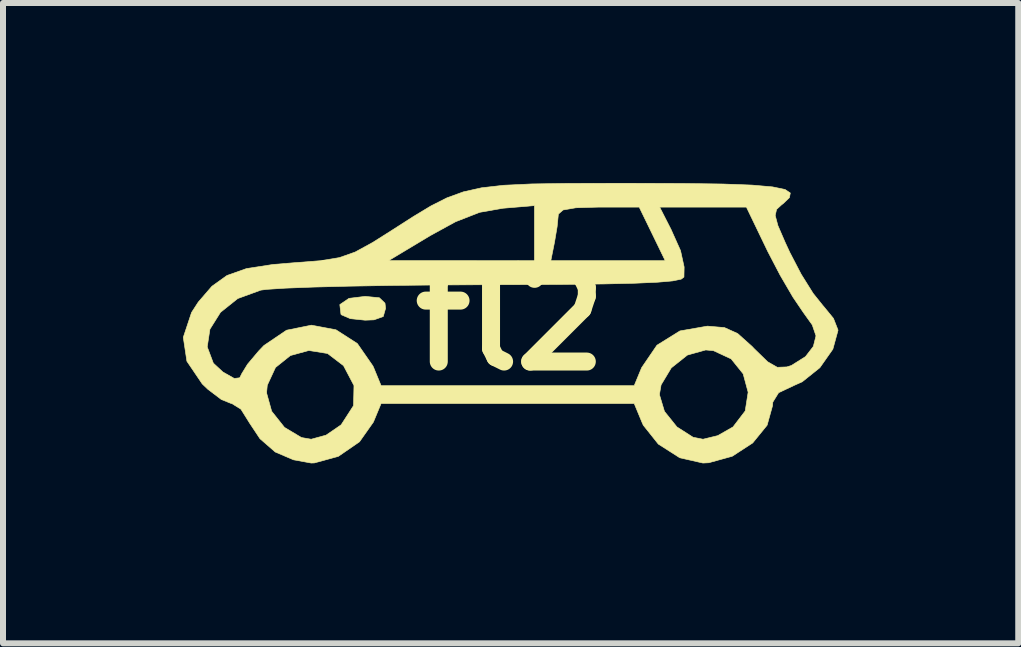
<source format=kicad_pcb>
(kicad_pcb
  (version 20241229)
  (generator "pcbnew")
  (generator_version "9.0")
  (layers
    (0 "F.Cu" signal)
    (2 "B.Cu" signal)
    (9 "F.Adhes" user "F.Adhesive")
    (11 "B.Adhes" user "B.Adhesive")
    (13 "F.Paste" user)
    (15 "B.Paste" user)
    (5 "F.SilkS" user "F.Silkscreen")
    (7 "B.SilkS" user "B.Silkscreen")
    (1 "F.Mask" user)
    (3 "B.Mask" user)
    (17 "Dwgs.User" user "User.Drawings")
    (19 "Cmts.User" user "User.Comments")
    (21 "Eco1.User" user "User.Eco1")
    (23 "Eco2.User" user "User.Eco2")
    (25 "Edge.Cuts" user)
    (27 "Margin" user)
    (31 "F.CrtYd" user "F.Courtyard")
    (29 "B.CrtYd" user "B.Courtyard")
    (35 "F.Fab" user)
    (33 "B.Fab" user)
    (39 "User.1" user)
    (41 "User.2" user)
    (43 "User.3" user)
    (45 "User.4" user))
  (footprint "fl2"
    (layer "F.Cu")
    (at 5.461 2.287)
    (property "Reference" "fl2" (at 0 0 0) (layer "F.SilkS") (effects (font (size 1.524 1.524) (thickness 0.3))))
    (attr through_hole)
    (fp_poly (pts (xy -2.188 -0.374) (xy -2.094 -0.284) (xy -2.084 -0.198) (xy -2.123 -0.061) (xy -2.277 -0.006) (xy -2.425 0) (xy -2.672 -0.026) (xy -2.821 -0.09) (xy -2.828 -0.099) (xy -2.847 -0.26) (xy -2.694 -0.364) (xy -2.425 -0.397) (xy -2.188 -0.374)) (stroke (width 0.01) (type solid)) (fill yes) (layer "F.SilkS"))
    (fp_poly (pts (xy 2.025 -2.282) (xy 2.868 -2.279) (xy 3.529 -2.27) (xy 4.023 -2.252) (xy 4.366 -2.222) (xy 4.574 -2.179) (xy 4.662 -2.12) (xy 4.647 -2.043) (xy 4.545 -1.945) (xy 4.518 -1.925) (xy 4.433 -1.847) (xy 4.41 -1.746) (xy 4.455 -1.577) (xy 4.577 -1.295) (xy 4.653 -1.131) (xy 4.843 -0.766) (xy 5.043 -0.446) (xy 5.209 -0.239) (xy 5.211 -0.238) (xy 5.381 -0.03) (xy 5.456 0.161) (xy 5.457 0.169) (xy 5.371 0.483) (xy 5.154 0.792) (xy 4.86 1.027) (xy 4.721 1.089) (xy 4.467 1.209) (xy 4.37 1.366) (xy 4.366 1.424) (xy 4.275 1.751) (xy 4.035 2.046) (xy 3.694 2.268) (xy 3.303 2.376) (xy 3.205 2.381) (xy 2.819 2.293) (xy 2.462 2.065) (xy 2.211 1.75) (xy 2.188 1.698) (xy 2.06 1.389) (xy -2.159 1.389) (xy -2.287 1.698) (xy -2.519 2.027) (xy -2.872 2.27) (xy -3.27 2.379) (xy -3.324 2.381) (xy -3.619 2.327) (xy -3.919 2.199) (xy -3.927 2.194) (xy -4.178 1.975) (xy -4.358 1.704) (xy -4.361 1.698) (xy -4.495 1.484) (xy -4.647 1.389) (xy -4.656 1.389) (xy -4.822 1.322) (xy -4.966 1.212) (xy -4.068 1.212) (xy -3.983 1.518) (xy -3.769 1.787) (xy -3.486 1.956) (xy -3.324 1.984) (xy -3.076 1.916) (xy -2.832 1.749) (xy -2.823 1.741) (xy -2.619 1.425) (xy -2.614 1.24) (xy 2.48 1.24) (xy 2.564 1.52) (xy 2.772 1.779) (xy 3.041 1.951) (xy 3.207 1.984) (xy 3.453 1.924) (xy 3.707 1.779) (xy 3.91 1.513) (xy 3.959 1.201) (xy 3.876 0.894) (xy 3.676 0.645) (xy 3.381 0.508) (xy 3.252 0.496) (xy 2.947 0.581) (xy 2.678 0.795) (xy 2.508 1.078) (xy 2.48 1.24) (xy -2.614 1.24) (xy -2.611 1.089) (xy -2.785 0.758) (xy -3.051 0.555) (xy -3.363 0.505) (xy -3.67 0.589) (xy -3.919 0.788) (xy -4.056 1.084) (xy -4.068 1.212) (xy -4.966 1.212) (xy -5.046 1.152) (xy -5.14 1.062) (xy -5.396 0.684) (xy -5.432 0.445) (xy -5.057 0.445) (xy -4.955 0.716) (xy -4.795 0.864) (xy -4.606 0.971) (xy -4.515 0.96) (xy -4.481 0.891) (xy -4.385 0.734) (xy -4.199 0.513) (xy -4.112 0.422) (xy -3.735 0.167) (xy -3.32 0.083) (xy -2.911 0.16) (xy -2.555 0.389) (xy -2.296 0.762) (xy -2.283 0.79) (xy -2.159 1.091) (xy 2.06 1.091) (xy 2.184 0.791) (xy 2.439 0.417) (xy 2.822 0.179) (xy 3.28 0.099) (xy 3.564 0.123) (xy 3.784 0.222) (xy 4.024 0.437) (xy 4.059 0.474) (xy 4.284 0.693) (xy 4.445 0.785) (xy 4.603 0.779) (xy 4.68 0.755) (xy 4.915 0.607) (xy 5.046 0.437) (xy 5.09 0.261) (xy 5.028 0.079) (xy 4.881 -0.126) (xy 4.705 -0.386) (xy 4.492 -0.751) (xy 4.286 -1.146) (xy 4.272 -1.175) (xy 3.93 -1.885) (xy 3.207 -1.885) (xy 2.484 -1.885) (xy 2.674 -1.513) (xy 2.832 -1.16) (xy 2.892 -0.887) (xy 2.889 -0.719) (xy 2.843 -0.684) (xy 2.702 -0.655) (xy 2.45 -0.633) (xy 2.07 -0.616) (xy 1.548 -0.604) (xy 0.865 -0.596) (xy 0.008 -0.592) (xy -0.422 -0.591) (xy -1.233 -0.587) (xy -1.999 -0.579) (xy -2.692 -0.567) (xy -3.286 -0.552) (xy -3.752 -0.534) (xy -4.063 -0.514) (xy -4.164 -0.501) (xy -4.548 -0.361) (xy -4.836 -0.131) (xy -5.012 0.15) (xy -5.057 0.445) (xy -5.432 0.445) (xy -5.456 0.286) (xy -5.318 -0.129) (xy -5.206 -0.302) (xy -4.979 -0.565) (xy -4.728 -0.745) (xy -4.404 -0.86) (xy -3.96 -0.929) (xy -3.593 -0.959) (xy -3.164 -0.992) (xy -3.16 -0.993) (xy -2.034 -0.993) (xy -0.819 -0.993) (xy 0.397 -0.992) (xy 0.67 -0.992) (xy 2.577 -0.992) (xy 2.36 -1.439) (xy 2.143 -1.885) (xy 1.469 -1.885) (xy 1.088 -1.874) (xy 0.874 -1.837) (xy 0.796 -1.768) (xy 0.794 -1.749) (xy 0.775 -1.558) (xy 0.732 -1.302) (xy 0.67 -0.992) (xy 0.397 -0.992) (xy 0.397 -1.91) (xy -0.127 -1.866) (xy -0.516 -1.798) (xy -0.918 -1.641) (xy -1.343 -1.408) (xy -2.034 -0.993) (xy -3.16 -0.993) (xy -2.855 -1.043) (xy -2.591 -1.136) (xy -2.299 -1.296) (xy -1.984 -1.495) (xy -1.627 -1.724) (xy -1.329 -1.904) (xy -1.06 -2.04) (xy -0.788 -2.139) (xy -0.484 -2.207) (xy -0.116 -2.249) (xy 0.347 -2.271) (xy 0.933 -2.28) (xy 1.676 -2.282) (xy 2.025 -2.282)) (stroke (width 0.01) (type solid)) (fill yes) (layer "F.SilkS")))
  (gr_rect
    (start -3 -3)
    (end 13.922 7.673)
    (stroke (width 0.1) (type default))
    (fill no)
    (layer "Edge.Cuts")))
</source>
